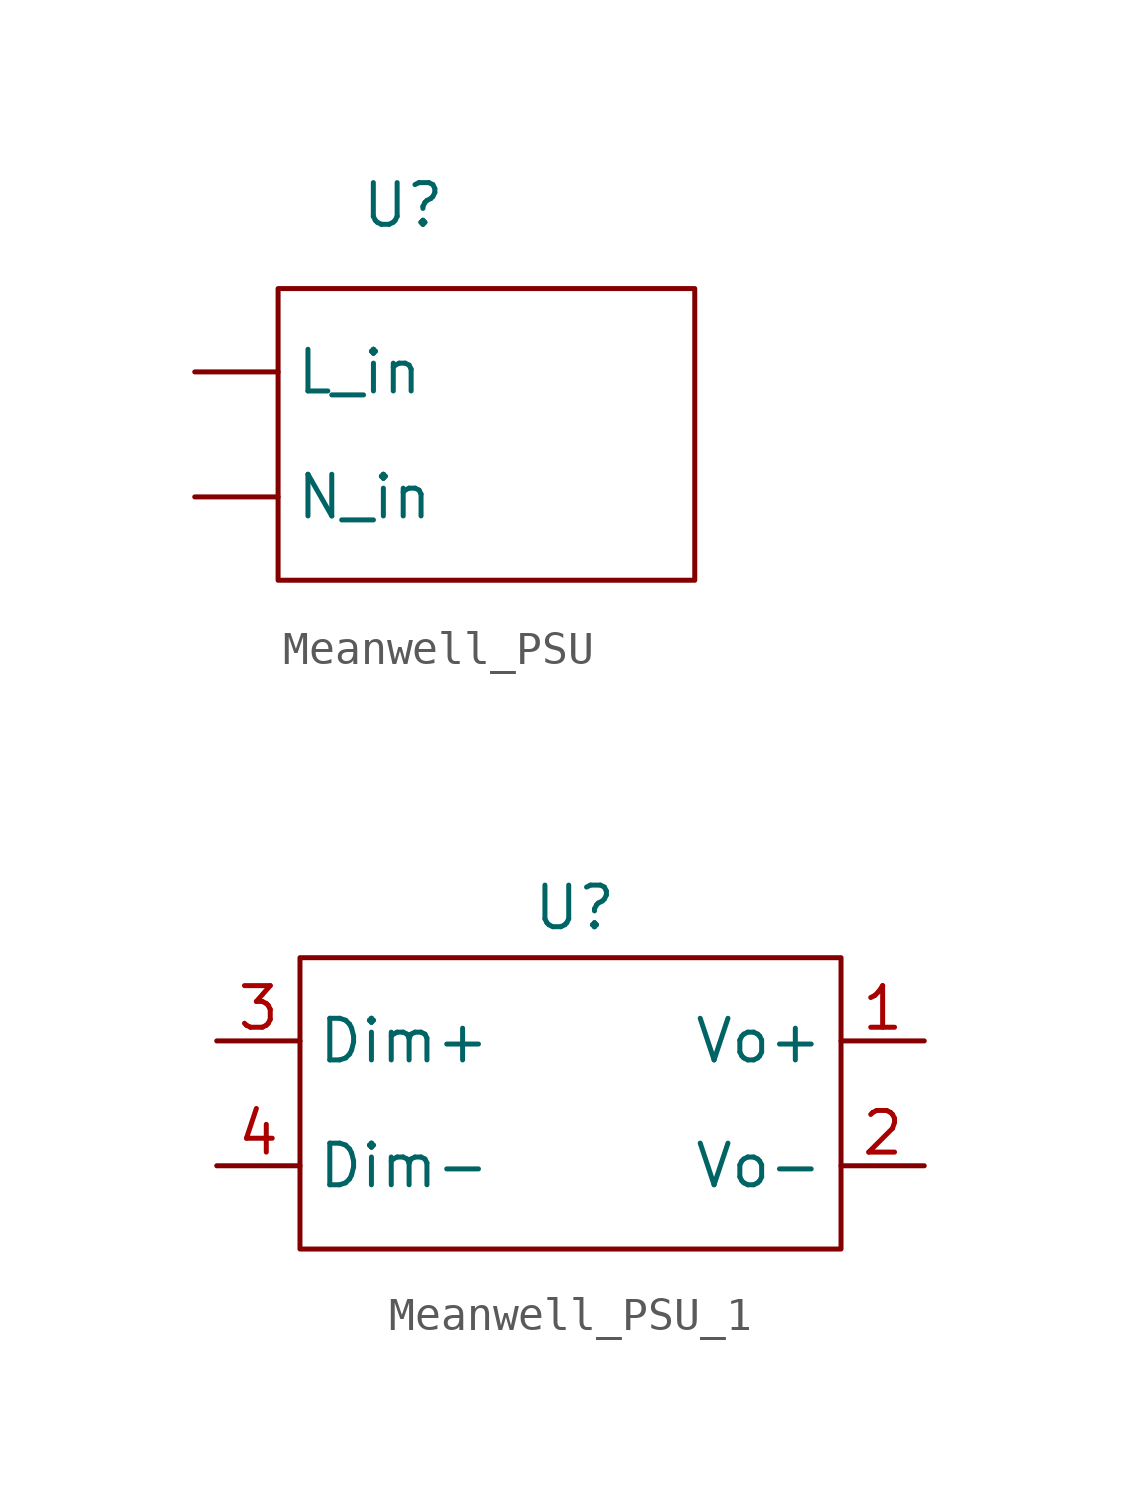
<source format=kicad_sym>
(kicad_symbol_lib
  (version 20241209)
  (generator "kicad_symbol_editor")
  (generator_version "9.0")
  (symbol "Meanwell_PSU"
    (property "Reference" "U"
      (at 0 0 0)
      (effects (font (size 1.27 1.27))))
    (property "Value" ""
      (at 0 0 0)
      (effects (font (size 1.27 1.27))))
    (symbol "Meanwell_PSU_0_1"
      (rectangle (start -3.81 -2.54) (end 8.89 -11.43) (stroke (width 0) (type default)) (fill (type none))))
    (symbol "Meanwell_PSU_1_1"
      (pin input line (at -6.35 -5.08 0) (length 2.54) (name "L_in" (effects (font (size 1.27 1.27)))) (number "" (effects (font (size 1.27 1.27)))))
      (pin input line (at -6.35 -8.89 0) (length 2.54) (name "N_in" (effects (font (size 1.27 1.27)))) (number "" (effects (font (size 1.27 1.27)))))))
  (symbol "Meanwell_PSU_1"
    (property "Reference" "U"
      (at 4.572 -1.016 0)
      (effects (font (size 1.27 1.27))))
    (property "Value" ""
      (at 0 0 0)
      (effects (font (size 1.27 1.27))))
    (symbol "Meanwell_PSU_1_0_1"
      (rectangle (start -3.81 -2.54) (end 12.7 -11.43) (stroke (width 0) (type default)) (fill (type none))))
    (symbol "Meanwell_PSU_1_1_1"
      (pin input line (at -6.35 -5.08 0) (length 2.54) (name "Dim+" (effects (font (size 1.27 1.27)))) (number "3" (effects (font (size 1.27 1.27)))))
      (pin input line (at -6.35 -8.89 0) (length 2.54) (name "Dim-" (effects (font (size 1.27 1.27)))) (number "4" (effects (font (size 1.27 1.27)))))
      (pin output line (at 15.24 -5.08 180) (length 2.54) (name "Vo+" (effects (font (size 1.27 1.27)))) (number "1" (effects (font (size 1.27 1.27)))))
      (pin output line (at 15.24 -8.89 180) (length 2.54) (name "Vo-" (effects (font (size 1.27 1.27)))) (number "2" (effects (font (size 1.27 1.27))))))))
</source>
